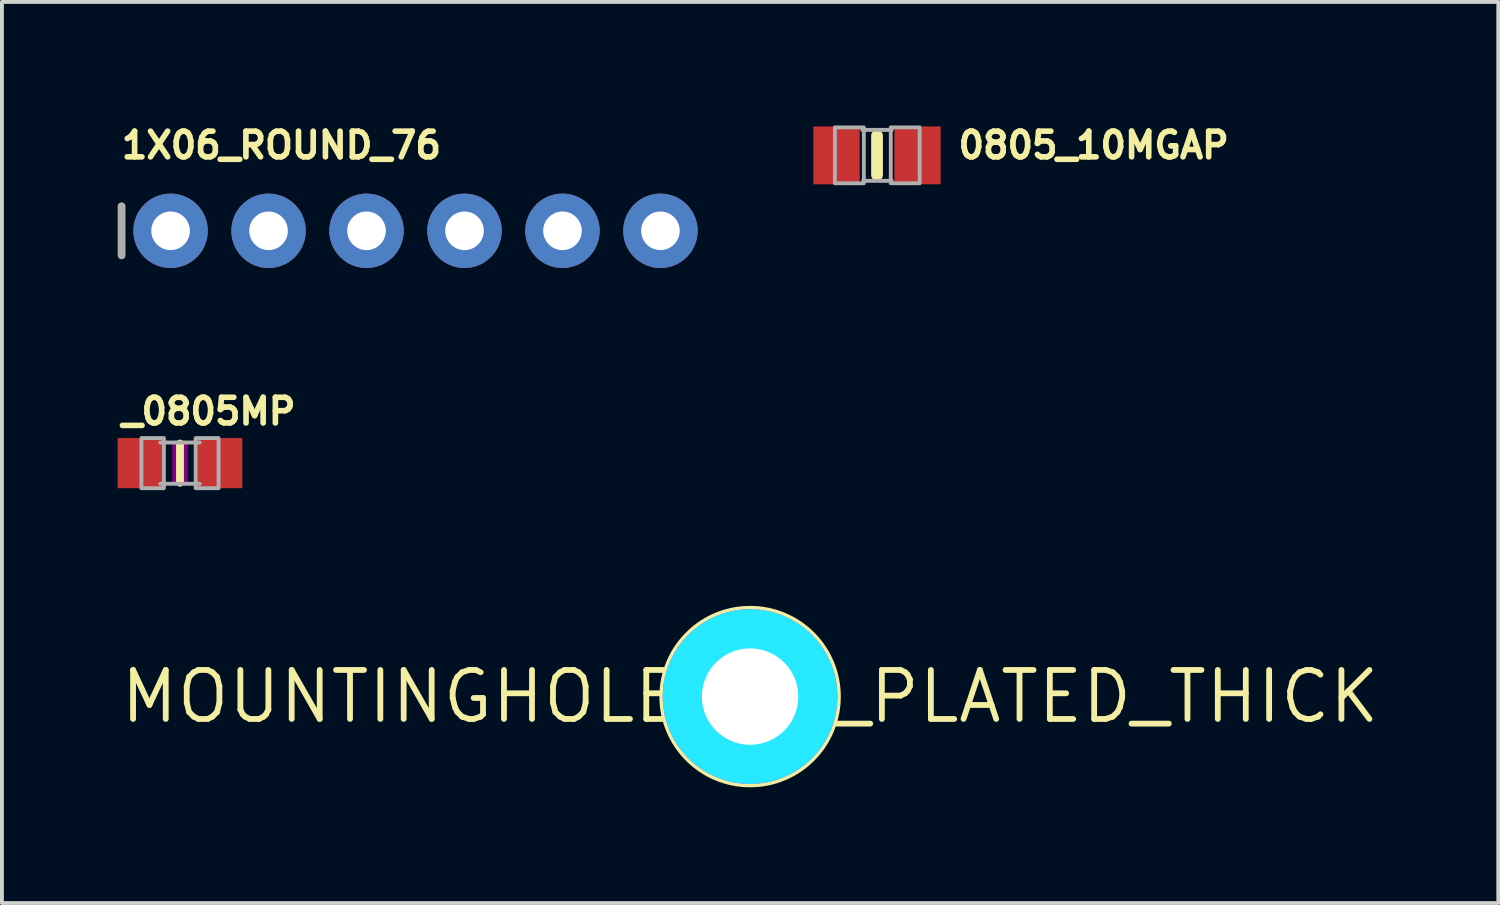
<source format=kicad_pcb>
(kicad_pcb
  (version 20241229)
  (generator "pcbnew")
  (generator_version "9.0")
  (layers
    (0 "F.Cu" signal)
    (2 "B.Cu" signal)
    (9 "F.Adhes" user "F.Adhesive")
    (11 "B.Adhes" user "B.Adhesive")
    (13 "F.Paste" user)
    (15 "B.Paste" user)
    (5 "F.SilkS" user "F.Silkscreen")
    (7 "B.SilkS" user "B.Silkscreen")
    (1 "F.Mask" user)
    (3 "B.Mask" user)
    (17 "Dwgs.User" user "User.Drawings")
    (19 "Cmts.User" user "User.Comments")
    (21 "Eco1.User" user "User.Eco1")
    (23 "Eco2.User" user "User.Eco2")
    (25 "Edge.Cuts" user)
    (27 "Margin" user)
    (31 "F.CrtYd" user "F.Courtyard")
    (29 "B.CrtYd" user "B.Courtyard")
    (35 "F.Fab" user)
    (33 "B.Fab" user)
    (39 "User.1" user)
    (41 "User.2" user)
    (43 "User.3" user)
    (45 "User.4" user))
  (footprint "MOUNTINGHOLE_2.5_PLATED_THICK"
    (layer "F.Cu")
    (at 16.396 15.009)
    (property "Reference" "MOUNTINGHOLE_2.5_PLATED_THICK" (at 0 0 0) (layer "F.SilkS") (effects (font (size 1.27 1.27) (thickness 0.15))))
    (fp_circle (center 0 0) (end 2.25 0) (stroke (width 0.203) (type solid)) (fill no) (layer "F.SilkS"))
    (fp_circle (center 0 0) (end 1.25 0) (stroke (width 2.032) (type solid)) (fill no) (layer "B.CrtYd"))
    (fp_circle (center 0 0) (end 1.25 0) (stroke (width 2.032) (type solid)) (fill no) (layer "F.CrtYd"))
    (pad "P$1" thru_hole circle (at 0 0) (size 4 4) (drill 2.5) (layers "*.Cu" "*.Mask"))
    (zone (net_name "") (layer "F.Cu") (hatch edge 0.508) (connect_pads) (min_thickness 0.254) (filled_areas_thickness no) (keepout (tracks not_allowed) (vias not_allowed) (pads not_allowed) (copperpour not_allowed) (footprints allowed)) (placement (enabled no)) (fill) (polygon (pts (xy 18.662 15.009) (xy 18.628 14.615) (xy 18.526 14.234) (xy 18.359 13.876) (xy 18.132 13.552) (xy 17.853 13.273) (xy 17.529 13.047) (xy 17.171 12.88) (xy 16.79 12.777) (xy 16.396 12.743) (xy 16.003 12.777) (xy 15.621 12.88) (xy 15.263 13.047) (xy 14.94 13.273) (xy 14.66 13.552) (xy 14.434 13.876) (xy 14.267 14.234) (xy 14.165 14.615) (xy 14.13 15.009) (xy 14.165 15.402) (xy 14.267 15.784) (xy 14.434 16.142) (xy 14.66 16.465) (xy 14.94 16.745) (xy 15.263 16.971) (xy 15.621 17.138) (xy 16.003 17.24) (xy 16.396 17.275) (xy 16.79 17.24) (xy 17.171 17.138) (xy 17.529 16.971) (xy 17.853 16.745) (xy 18.132 16.465) (xy 18.359 16.142) (xy 18.526 15.784) (xy 18.628 15.402))) (polygon (pts (xy 16.63 15.009) (xy 16.627 14.968) (xy 16.616 14.929) (xy 16.599 14.892) (xy 16.576 14.859) (xy 16.547 14.83) (xy 16.513 14.806) (xy 16.476 14.789) (xy 16.437 14.778) (xy 16.396 14.775) (xy 16.356 14.778) (xy 16.316 14.789) (xy 16.279 14.806) (xy 16.246 14.83) (xy 16.217 14.859) (xy 16.194 14.892) (xy 16.176 14.929) (xy 16.166 14.968) (xy 16.162 15.009) (xy 16.166 15.05) (xy 16.176 15.089) (xy 16.194 15.126) (xy 16.217 15.159) (xy 16.246 15.188) (xy 16.279 15.212) (xy 16.316 15.229) (xy 16.356 15.239) (xy 16.396 15.243) (xy 16.437 15.239) (xy 16.476 15.229) (xy 16.513 15.212) (xy 16.547 15.188) (xy 16.576 15.159) (xy 16.599 15.126) (xy 16.616 15.089) (xy 16.627 15.05))))
    (zone (net_name "") (layer "B.Cu") (hatch edge 0.508) (connect_pads) (min_thickness 0.254) (filled_areas_thickness no) (keepout (tracks not_allowed) (vias not_allowed) (pads not_allowed) (copperpour not_allowed) (footprints allowed)) (placement (enabled no)) (fill) (polygon (pts (xy 18.662 15.009) (xy 18.628 14.615) (xy 18.526 14.234) (xy 18.359 13.876) (xy 18.132 13.552) (xy 17.853 13.273) (xy 17.529 13.047) (xy 17.171 12.88) (xy 16.79 12.777) (xy 16.396 12.743) (xy 16.003 12.777) (xy 15.621 12.88) (xy 15.263 13.047) (xy 14.94 13.273) (xy 14.66 13.552) (xy 14.434 13.876) (xy 14.267 14.234) (xy 14.165 14.615) (xy 14.13 15.009) (xy 14.165 15.402) (xy 14.267 15.784) (xy 14.434 16.142) (xy 14.66 16.465) (xy 14.94 16.745) (xy 15.263 16.971) (xy 15.621 17.138) (xy 16.003 17.24) (xy 16.396 17.275) (xy 16.79 17.24) (xy 17.171 17.138) (xy 17.529 16.971) (xy 17.853 16.745) (xy 18.132 16.465) (xy 18.359 16.142) (xy 18.526 15.784) (xy 18.628 15.402))) (polygon (pts (xy 16.63 15.009) (xy 16.627 14.968) (xy 16.616 14.929) (xy 16.599 14.892) (xy 16.576 14.859) (xy 16.547 14.83) (xy 16.513 14.806) (xy 16.476 14.789) (xy 16.437 14.778) (xy 16.396 14.775) (xy 16.356 14.778) (xy 16.316 14.789) (xy 16.279 14.806) (xy 16.246 14.83) (xy 16.217 14.859) (xy 16.194 14.892) (xy 16.176 14.929) (xy 16.166 14.968) (xy 16.162 15.009) (xy 16.166 15.05) (xy 16.176 15.089) (xy 16.194 15.126) (xy 16.217 15.159) (xy 16.246 15.188) (xy 16.279 15.212) (xy 16.316 15.229) (xy 16.356 15.239) (xy 16.396 15.243) (xy 16.437 15.239) (xy 16.476 15.229) (xy 16.513 15.212) (xy 16.547 15.188) (xy 16.576 15.159) (xy 16.599 15.126) (xy 16.616 15.089) (xy 16.627 15.05)))))
  (footprint "_0805MP"
    (layer "F.Cu")
    (at 1.616 8.957)
    (property "Reference" "_0805MP" (at -1.587 -0.953 0) (layer "F.SilkS") (effects (font (size 0.666 0.666) (thickness 0.146)) (justify left bottom)))
    (fp_line (start 0 -0.508) (end 0 0.508) (stroke (width 0.203) (type solid)) (layer "F.SilkS"))
    (fp_poly (pts (xy -0.2 0.5) (xy 0.2 0.5) (xy 0.2 -0.5) (xy -0.2 -0.5)) (stroke (width 0) (type solid)) (fill yes) (layer "F.Adhes"))
    (fp_line (start -0.51 -0.535) (end 0.51 -0.535) (stroke (width 0.102) (type solid)) (layer "F.Fab"))
    (fp_line (start -0.51 0.535) (end 0.51 0.535) (stroke (width 0.102) (type solid)) (layer "F.Fab"))
    (fp_poly (pts (xy -1 0.65) (xy -0.417 0.65) (xy -0.417 -0.65) (xy -1 -0.65)) (stroke (width 0.1) (type solid)) (fill no) (layer "F.Fab"))
    (fp_poly (pts (xy 0.406 0.65) (xy 1 0.65) (xy 1 -0.65) (xy 0.406 -0.65)) (stroke (width 0.1) (type solid)) (fill no) (layer "F.Fab"))
    (pad "1" smd rect (at -1.016 0) (size 1.2 1.3) (layers "F.Cu" "F.Mask" "F.Paste"))
    (pad "2" smd rect (at 1.016 0) (size 1.2 1.3) (layers "F.Cu" "F.Mask" "F.Paste")))
  (footprint "1X06_ROUND_76"
    (layer "F.Cu")
    (at 7.722 2.934)
    (property "Reference" "1X06_ROUND_76" (at -7.696 -1.829 0) (layer "F.SilkS") (effects (font (size 0.666 0.666) (thickness 0.146)) (justify left bottom)))
    (fp_line (start -7.62 -0.635) (end -7.62 0.635) (stroke (width 0.203) (type solid)) (layer "F.Fab"))
    (fp_poly (pts (xy -6.604 0.254) (xy -6.096 0.254) (xy -6.096 -0.254) (xy -6.604 -0.254)) (stroke (width 0.1) (type solid)) (fill no) (layer "F.Fab"))
    (fp_poly (pts (xy -4.064 0.254) (xy -3.556 0.254) (xy -3.556 -0.254) (xy -4.064 -0.254)) (stroke (width 0.1) (type solid)) (fill no) (layer "F.Fab"))
    (fp_poly (pts (xy -1.524 0.254) (xy -1.016 0.254) (xy -1.016 -0.254) (xy -1.524 -0.254)) (stroke (width 0.1) (type solid)) (fill no) (layer "F.Fab"))
    (fp_poly (pts (xy 1.016 0.254) (xy 1.524 0.254) (xy 1.524 -0.254) (xy 1.016 -0.254)) (stroke (width 0.1) (type solid)) (fill no) (layer "F.Fab"))
    (fp_poly (pts (xy 3.556 0.254) (xy 4.064 0.254) (xy 4.064 -0.254) (xy 3.556 -0.254)) (stroke (width 0.1) (type solid)) (fill no) (layer "F.Fab"))
    (fp_poly (pts (xy 6.096 0.254) (xy 6.604 0.254) (xy 6.604 -0.254) (xy 6.096 -0.254)) (stroke (width 0.1) (type solid)) (fill no) (layer "F.Fab"))
    (pad "1" thru_hole circle (at -6.35 0 90) (size 1.93 1.93) (drill 1) (layers "*.Cu" "*.Mask"))
    (pad "2" thru_hole circle (at -3.81 0 90) (size 1.93 1.93) (drill 1) (layers "*.Cu" "*.Mask"))
    (pad "3" thru_hole circle (at -1.27 0 90) (size 1.93 1.93) (drill 1) (layers "*.Cu" "*.Mask"))
    (pad "4" thru_hole circle (at 1.27 0 90) (size 1.93 1.93) (drill 1) (layers "*.Cu" "*.Mask"))
    (pad "5" thru_hole circle (at 3.81 0 90) (size 1.93 1.93) (drill 1) (layers "*.Cu" "*.Mask"))
    (pad "6" thru_hole circle (at 6.35 0 90) (size 1.93 1.93) (drill 1) (layers "*.Cu" "*.Mask")))
  (footprint "0805_10MGAP"
    (layer "F.Cu")
    (at 19.687 0.978)
    (property "Reference" "0805_10MGAP" (at 2.032 0.127 0) (layer "F.SilkS") (effects (font (size 0.666 0.666) (thickness 0.146)) (justify left bottom)))
    (fp_line (start 0 -0.508) (end 0 0.508) (stroke (width 0.305) (type solid)) (layer "F.SilkS"))
    (fp_line (start -0.381 -0.66) (end 0.381 -0.66) (stroke (width 0.102) (type solid)) (layer "F.Fab"))
    (fp_line (start -0.356 0.66) (end 0.381 0.66) (stroke (width 0.102) (type solid)) (layer "F.Fab"))
    (fp_poly (pts (xy -1.092 0.724) (xy -0.342 0.724) (xy -0.342 -0.726) (xy -1.092 -0.726)) (stroke (width 0.1) (type solid)) (fill no) (layer "F.Fab"))
    (fp_poly (pts (xy 0.356 0.724) (xy 1.106 0.724) (xy 1.106 -0.726) (xy 0.356 -0.726)) (stroke (width 0.1) (type solid)) (fill no) (layer "F.Fab"))
    (pad "1" smd rect (at -1.05 0) (size 1.2 1.5) (layers "F.Cu" "F.Mask" "F.Paste"))
    (pad "2" smd rect (at 1.05 0) (size 1.2 1.5) (layers "F.Cu" "F.Mask" "F.Paste")))
  (gr_rect
    (start -3 -3)
    (end 35.793 20.361)
    (stroke (width 0.1) (type default))
    (fill no)
    (layer "Edge.Cuts")))
</source>
